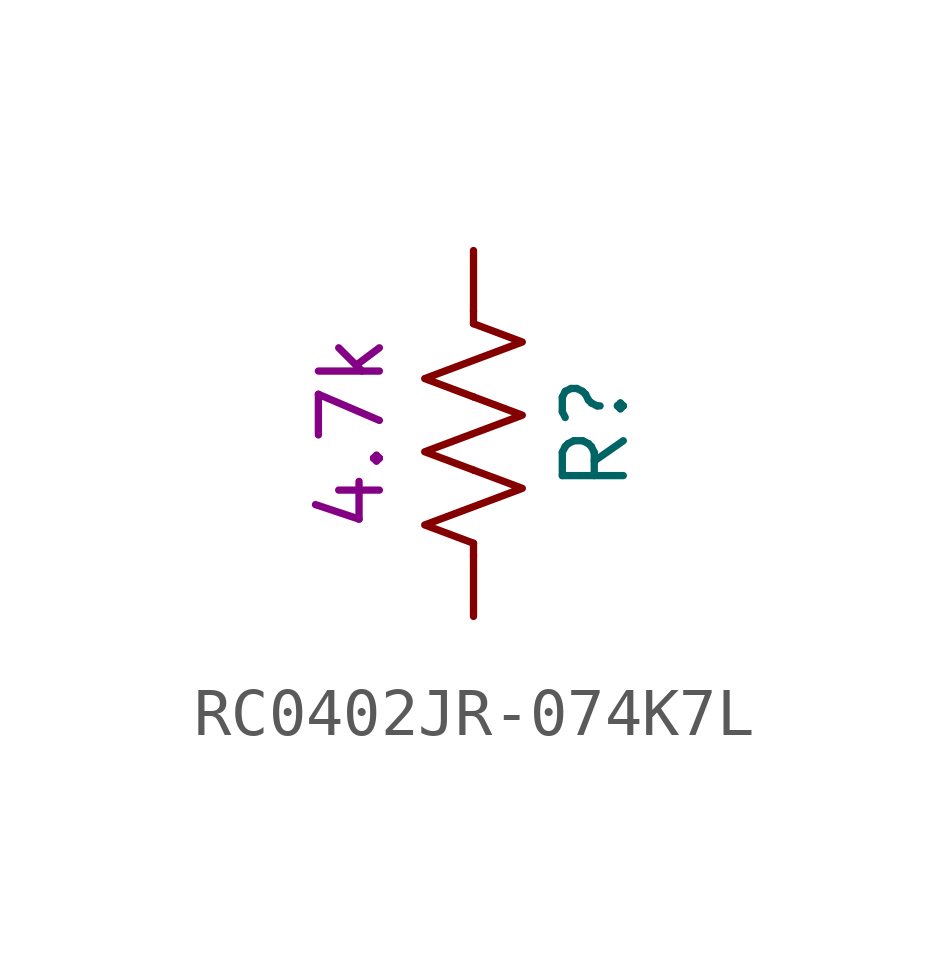
<source format=kicad_sym>
(kicad_symbol_lib
  (version 20210619)
  (generator kicad_symbol_editor)
  (symbol "eval-board-1_buck-regulator:RC0402JR-074K7L"
    (pin_numbers hide)
    (pin_names
      (offset 0))
    (property "Reference" "R"
      (at 2.54 0 90)
      (effects (font (size 1.27 1.27))))
    (property "id" "4.7k"
      (at -2.54 0 90)
      (effects (font (size 1.27 1.27))))
    (symbol "RC0402JR-074K7L_0_1"
      (polyline (pts (xy 0 -2.286) (xy 0 -2.54)) (stroke (width 0)) (fill (type none)))
      (polyline (pts (xy 0 2.286) (xy 0 2.54)) (stroke (width 0)) (fill (type none)))
      (polyline (pts (xy 0 -0.762) (xy 1.016 -1.143) (xy 0 -1.524) (xy -1.016 -1.905) (xy 0 -2.286)) (stroke (width 0)) (fill (type none)))
      (polyline (pts (xy 0 0.762) (xy 1.016 0.381) (xy 0 0) (xy -1.016 -0.381) (xy 0 -0.762)) (stroke (width 0)) (fill (type none)))
      (polyline (pts (xy 0 2.286) (xy 1.016 1.905) (xy 0 1.524) (xy -1.016 1.143) (xy 0 0.762)) (stroke (width 0)) (fill (type none))))
    (symbol "RC0402JR-074K7L_1_1"
      (pin passive line (at 0 3.81 270) (length 1.27) (name "~" (effects (font (size 1.27 1.27)))) (number "1" (effects (font (size 1.27 1.27)))))
      (pin passive line (at 0 -3.81 90) (length 1.27) (name "~" (effects (font (size 1.27 1.27)))) (number "2" (effects (font (size 1.27 1.27))))))))
</source>
